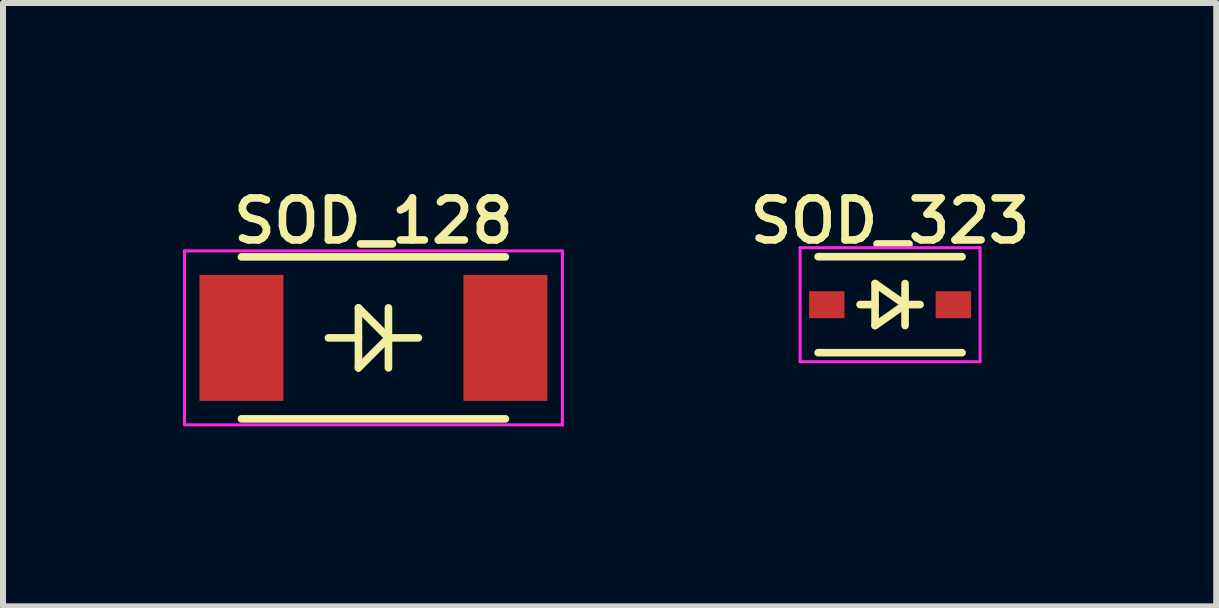
<source format=kicad_pcb>
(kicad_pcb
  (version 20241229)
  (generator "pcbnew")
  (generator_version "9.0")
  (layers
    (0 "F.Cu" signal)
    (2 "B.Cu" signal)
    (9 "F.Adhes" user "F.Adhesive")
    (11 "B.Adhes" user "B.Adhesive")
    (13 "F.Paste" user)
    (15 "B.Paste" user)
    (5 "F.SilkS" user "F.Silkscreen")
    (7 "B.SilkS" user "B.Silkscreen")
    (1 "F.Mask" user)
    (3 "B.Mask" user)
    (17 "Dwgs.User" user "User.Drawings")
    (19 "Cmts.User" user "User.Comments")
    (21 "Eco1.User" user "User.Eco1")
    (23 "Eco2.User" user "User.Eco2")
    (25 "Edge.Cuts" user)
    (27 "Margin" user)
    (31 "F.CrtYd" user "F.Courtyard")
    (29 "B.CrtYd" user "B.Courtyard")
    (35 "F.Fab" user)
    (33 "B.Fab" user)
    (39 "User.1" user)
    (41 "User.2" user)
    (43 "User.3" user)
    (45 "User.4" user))
  (footprint "SOD_323"
    (layer "F.Cu")
    (at 11.787 2.029)
    (property "Reference" "SOD_323" (at 0 -1.397 0) (layer "F.SilkS") (effects (font (size 0.7 0.7) (thickness 0.127))))
    (attr smd)
    (fp_line (start -1.2 -0.8) (end 1.2 -0.8) (stroke (width 0.127) (type solid)) (layer "F.SilkS"))
    (fp_line (start -1.2 0.8) (end 1.2 0.8) (stroke (width 0.127) (type solid)) (layer "F.SilkS"))
    (fp_line (start -0.25 -0.352) (end 0.25 -0.002) (stroke (width 0.127) (type solid)) (layer "F.SilkS"))
    (fp_line (start -0.25 -0.002) (end -0.5 -0.002) (stroke (width 0.127) (type solid)) (layer "F.SilkS"))
    (fp_line (start -0.25 0.348) (end -0.25 -0.352) (stroke (width 0.127) (type solid)) (layer "F.SilkS"))
    (fp_line (start 0.25 -0.002) (end -0.25 0.348) (stroke (width 0.127) (type solid)) (layer "F.SilkS"))
    (fp_line (start 0.25 -0.002) (end 0.5 -0.002) (stroke (width 0.127) (type solid)) (layer "F.SilkS"))
    (fp_line (start 0.25 0.348) (end 0.25 -0.352) (stroke (width 0.127) (type solid)) (layer "F.SilkS"))
    (fp_line (start -1.5 -0.95) (end -1.5 0.95) (stroke (width 0.05) (type solid)) (layer "F.CrtYd"))
    (fp_line (start -1.5 -0.95) (end 1.5 -0.95) (stroke (width 0.05) (type solid)) (layer "F.CrtYd"))
    (fp_line (start -1.5 0.95) (end 1.5 0.95) (stroke (width 0.05) (type solid)) (layer "F.CrtYd"))
    (fp_line (start 1.5 -0.95) (end 1.5 0.95) (stroke (width 0.05) (type solid)) (layer "F.CrtYd"))
    (pad "1" smd rect (at -1.055 0) (size 0.59 0.45) (layers "F.Cu" "F.Mask" "F.Paste"))
    (pad "2" smd rect (at 1.055 0) (size 0.59 0.45) (layers "F.Cu" "F.Mask" "F.Paste")))
  (footprint "SOD_128"
    (layer "F.Cu")
    (at 3.175 2.582)
    (property "Reference" "SOD_128" (at 0 -1.95 0) (layer "F.SilkS") (effects (font (size 0.7 0.7) (thickness 0.127))))
    (attr smd)
    (fp_line (start -2.2 -1.35) (end 2.2 -1.35) (stroke (width 0.127) (type solid)) (layer "F.SilkS"))
    (fp_line (start -0.75 0) (end -0.25 0) (stroke (width 0.127) (type solid)) (layer "F.SilkS"))
    (fp_line (start -0.25 -0.5) (end 0.25 0) (stroke (width 0.127) (type solid)) (layer "F.SilkS"))
    (fp_line (start -0.25 0.5) (end -0.25 -0.5) (stroke (width 0.127) (type solid)) (layer "F.SilkS"))
    (fp_line (start 0.25 0) (end -0.25 0.5) (stroke (width 0.127) (type solid)) (layer "F.SilkS"))
    (fp_line (start 0.25 0) (end 0.75 0) (stroke (width 0.127) (type solid)) (layer "F.SilkS"))
    (fp_line (start 0.25 0.5) (end 0.25 -0.5) (stroke (width 0.127) (type solid)) (layer "F.SilkS"))
    (fp_line (start 2.2 1.35) (end -2.2 1.35) (stroke (width 0.127) (type solid)) (layer "F.SilkS"))
    (fp_line (start -3.15 -1.45) (end 3.15 -1.45) (stroke (width 0.05) (type solid)) (layer "F.CrtYd"))
    (fp_line (start -3.15 1.45) (end -3.15 -1.45) (stroke (width 0.05) (type solid)) (layer "F.CrtYd"))
    (fp_line (start 3.15 -1.45) (end 3.15 1.45) (stroke (width 0.05) (type solid)) (layer "F.CrtYd"))
    (fp_line (start 3.15 1.45) (end -3.15 1.45) (stroke (width 0.05) (type solid)) (layer "F.CrtYd"))
    (pad "1" smd rect (at -2.2 0) (size 1.4 2.1) (layers "F.Cu" "F.Mask" "F.Paste"))
    (pad "2" smd rect (at 2.2 0) (size 1.4 2.1) (layers "F.Cu" "F.Mask" "F.Paste")))
  (gr_rect
    (start -3 -3)
    (end 17.224 7.057)
    (stroke (width 0.1) (type default))
    (fill no)
    (layer "Edge.Cuts")))
</source>
